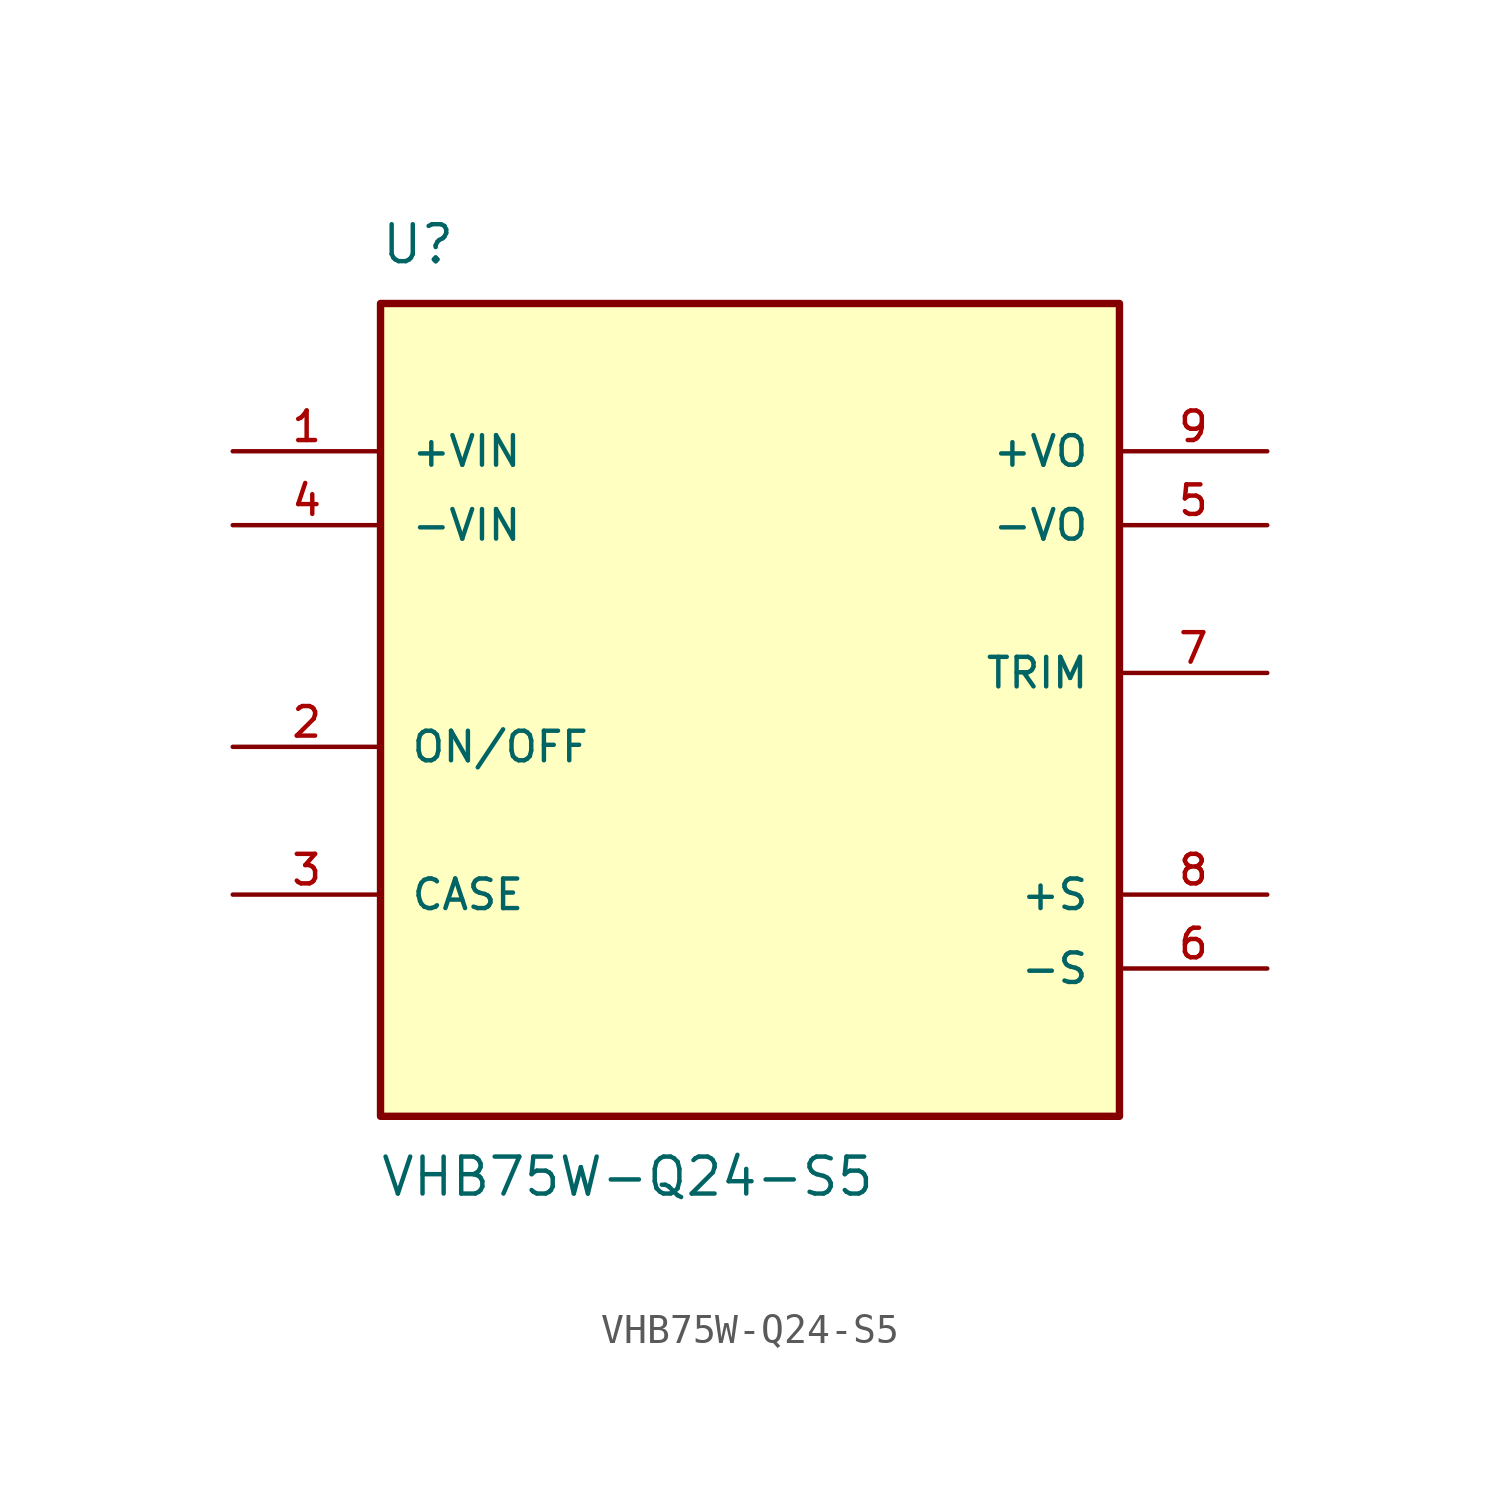
<source format=kicad_sym>
(kicad_symbol_lib
  (version 20211014)
  (generator kicad_symbol_editor)
  (symbol "VHB75W-Q24-S5"
    (pin_names
      (offset 1.016))
    (property "Reference" "U"
      (at -12.72 13.992 0)
      (effects (font (size 1.27 1.27)) (justify bottom left)))
    (property "Value" "VHB75W-Q24-S5"
      (at -12.748 -16.572 0.0)
      (effects (font (size 1.27 1.27)) (justify top left)))
    (symbol "VHB75W-Q24-S5_0_0"
      (rectangle (start -12.7 -15.24) (end 12.7 12.7) (stroke (width 0.254)) (fill (type background)))
      (pin input line (at -17.78 7.62 0) (length 5.08) (name "+VIN" (effects (font (size 1.016 1.016)))) (number "1" (effects (font (size 1.016 1.016)))))
      (pin input line (at -17.78 5.08 0) (length 5.08) (name "-VIN" (effects (font (size 1.016 1.016)))) (number "4" (effects (font (size 1.016 1.016)))))
      (pin output line (at 17.78 7.62 180.0) (length 5.08) (name "+VO" (effects (font (size 1.016 1.016)))) (number "9" (effects (font (size 1.016 1.016)))))
      (pin output line (at 17.78 5.08 180.0) (length 5.08) (name "-VO" (effects (font (size 1.016 1.016)))) (number "5" (effects (font (size 1.016 1.016)))))
      (pin output line (at 17.78 -7.62 180.0) (length 5.08) (name "+S" (effects (font (size 1.016 1.016)))) (number "8" (effects (font (size 1.016 1.016)))))
      (pin output line (at 17.78 -10.16 180.0) (length 5.08) (name "-S" (effects (font (size 1.016 1.016)))) (number "6" (effects (font (size 1.016 1.016)))))
      (pin passive line (at 17.78 0.0 180.0) (length 5.08) (name "TRIM" (effects (font (size 1.016 1.016)))) (number "7" (effects (font (size 1.016 1.016)))))
      (pin passive line (at -17.78 -7.62 0) (length 5.08) (name "CASE" (effects (font (size 1.016 1.016)))) (number "3" (effects (font (size 1.016 1.016)))))
      (pin input line (at -17.78 -2.54 0) (length 5.08) (name "ON/OFF" (effects (font (size 1.016 1.016)))) (number "2" (effects (font (size 1.016 1.016))))))))
</source>
